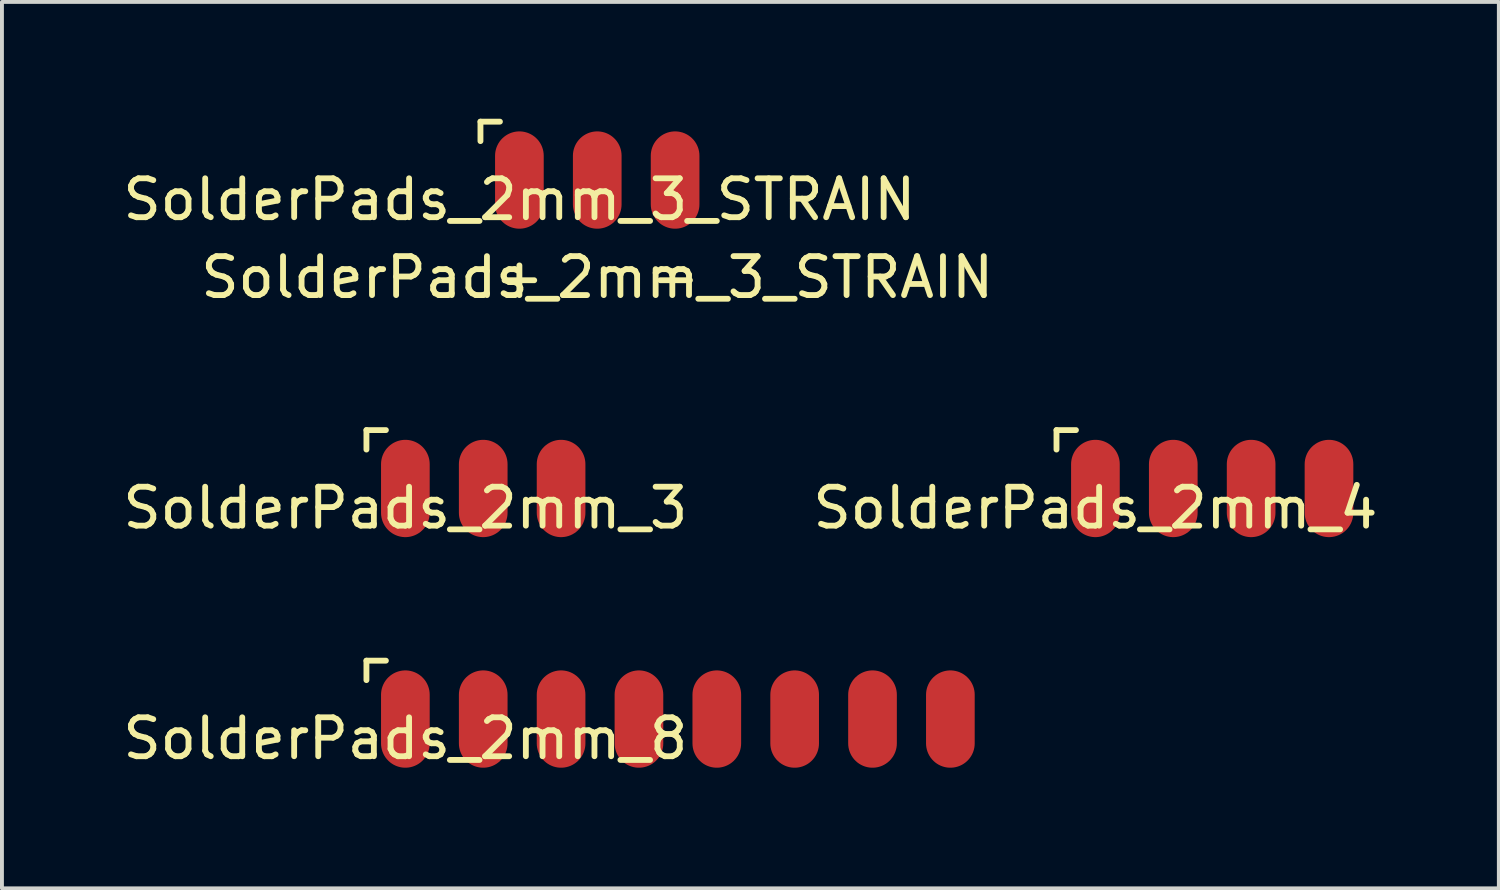
<source format=kicad_pcb>
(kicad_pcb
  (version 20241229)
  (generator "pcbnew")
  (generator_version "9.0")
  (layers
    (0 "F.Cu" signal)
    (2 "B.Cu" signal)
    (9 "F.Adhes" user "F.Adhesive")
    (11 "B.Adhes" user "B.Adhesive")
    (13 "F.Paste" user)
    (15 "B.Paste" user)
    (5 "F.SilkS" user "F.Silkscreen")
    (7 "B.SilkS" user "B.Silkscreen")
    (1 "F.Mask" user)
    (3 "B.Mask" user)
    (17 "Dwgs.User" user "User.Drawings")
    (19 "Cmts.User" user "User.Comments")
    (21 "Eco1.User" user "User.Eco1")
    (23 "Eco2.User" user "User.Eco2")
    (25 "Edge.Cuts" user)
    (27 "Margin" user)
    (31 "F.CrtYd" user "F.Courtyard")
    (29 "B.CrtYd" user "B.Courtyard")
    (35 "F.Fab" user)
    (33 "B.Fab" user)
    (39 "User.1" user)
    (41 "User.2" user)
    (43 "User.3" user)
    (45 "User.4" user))
  (footprint "SolderPads_2mm_3_STRAIN"
    (layer "F.Cu")
    (at 10.292 1.575)
    (property "Reference" "SolderPads_2mm_3_STRAIN" (at 0 0.5 0) (layer "F.SilkS") (effects (font (size 1 1) (thickness 0.15))))
    (property "Value" "SolderPads_2mm_3_STRAIN" (at 0 -0.5 0) (layer "F.Fab") (hide yes) (effects (font (size 1 1) (thickness 0.15))))
    (attr through_hole)
    (fp_line (start -1 -1.5) (end -1 -1) (stroke (width 0.15) (type solid)) (layer "F.SilkS"))
    (fp_line (start -0.5 -1.5) (end -1 -1.5) (stroke (width 0.15) (type solid)) (layer "F.SilkS"))
    (fp_text user "-" (at 4 2.5 0) (layer "F.SilkS") (effects (font (size 1 1) (thickness 0.15))))
    (fp_text user "${VALUE}" (at 2 2.5 0) (layer "F.SilkS") (effects (font (size 1 1) (thickness 0.15))))
    (fp_text user "+" (at 0 2.5 0) (layer "F.SilkS") (effects (font (size 1 1) (thickness 0.15))))
    (pad "1" smd oval (at 0 0) (size 1.25 2.5) (layers "F.Cu" "F.Mask"))
    (pad "2" smd oval (at 2 0) (size 1.25 2.5) (layers "F.Cu" "F.Mask"))
    (pad "3" smd oval (at 4 0) (size 1.25 2.5) (layers "F.Cu" "F.Mask")))
  (footprint "SolderPads_2mm_4"
    (layer "F.Cu")
    (at 25.089 9.498)
    (property "Reference" "SolderPads_2mm_4" (at 0 0.5 0) (layer "F.SilkS") (effects (font (size 1 1) (thickness 0.15))))
    (attr through_hole)
    (fp_line (start -1 -1.5) (end -1 -1) (stroke (width 0.15) (type solid)) (layer "F.SilkS"))
    (fp_line (start -0.5 -1.5) (end -1 -1.5) (stroke (width 0.15) (type solid)) (layer "F.SilkS"))
    (pad "1" smd oval (at 0 0) (size 1.25 2.5) (layers "F.Cu" "F.Mask"))
    (pad "2" smd oval (at 2 0) (size 1.25 2.5) (layers "F.Cu" "F.Mask"))
    (pad "3" smd oval (at 4 0) (size 1.25 2.5) (layers "F.Cu" "F.Mask"))
    (pad "4" smd oval (at 6 0) (size 1.25 2.5) (layers "F.Cu" "F.Mask")))
  (footprint "SolderPads_2mm_8"
    (layer "F.Cu")
    (at 7.363 15.421)
    (property "Reference" "SolderPads_2mm_8" (at 0 0.5 0) (layer "F.SilkS") (effects (font (size 1 1) (thickness 0.15))))
    (attr through_hole)
    (fp_line (start -1 -1.5) (end -1 -1) (stroke (width 0.15) (type solid)) (layer "F.SilkS"))
    (fp_line (start -0.5 -1.5) (end -1 -1.5) (stroke (width 0.15) (type solid)) (layer "F.SilkS"))
    (pad "1" smd oval (at 0 0) (size 1.25 2.5) (layers "F.Cu" "F.Mask"))
    (pad "2" smd oval (at 2 0) (size 1.25 2.5) (layers "F.Cu" "F.Mask"))
    (pad "3" smd oval (at 4 0) (size 1.25 2.5) (layers "F.Cu" "F.Mask"))
    (pad "4" smd oval (at 6 0) (size 1.25 2.5) (layers "F.Cu" "F.Mask"))
    (pad "5" smd oval (at 8 0) (size 1.25 2.5) (layers "F.Cu" "F.Mask"))
    (pad "6" smd oval (at 10 0) (size 1.25 2.5) (layers "F.Cu" "F.Mask"))
    (pad "7" smd oval (at 12 0) (size 1.25 2.5) (layers "F.Cu" "F.Mask"))
    (pad "8" smd oval (at 14 0) (size 1.25 2.5) (layers "F.Cu" "F.Mask")))
  (footprint "SolderPads_2mm_3"
    (layer "F.Cu")
    (at 7.363 9.498)
    (property "Reference" "SolderPads_2mm_3" (at 0 0.5 0) (layer "F.SilkS") (effects (font (size 1 1) (thickness 0.15))))
    (attr through_hole)
    (fp_line (start -1 -1.5) (end -1 -1) (stroke (width 0.15) (type solid)) (layer "F.SilkS"))
    (fp_line (start -0.5 -1.5) (end -1 -1.5) (stroke (width 0.15) (type solid)) (layer "F.SilkS"))
    (pad "1" smd oval (at 0 0) (size 1.25 2.5) (layers "F.Cu" "F.Mask"))
    (pad "2" smd oval (at 2 0) (size 1.25 2.5) (layers "F.Cu" "F.Mask"))
    (pad "3" smd oval (at 4 0) (size 1.25 2.5) (layers "F.Cu" "F.Mask")))
  (gr_rect
    (start -3 -3)
    (end 35.452 19.77)
    (stroke (width 0.1) (type default))
    (fill no)
    (layer "Edge.Cuts")))
</source>
